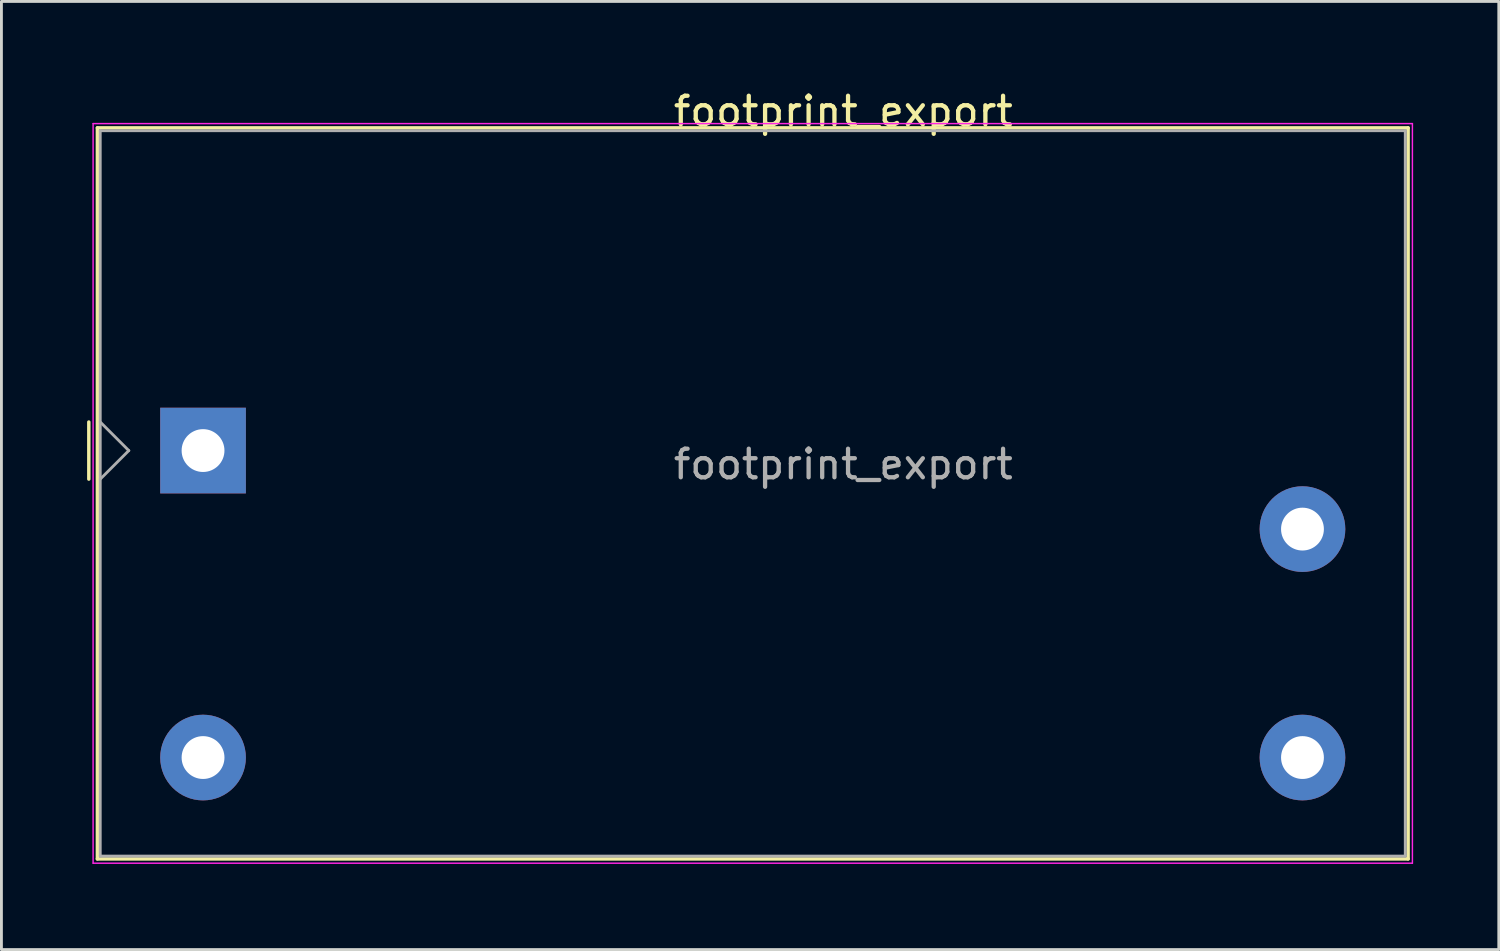
<source format=kicad_pcb>
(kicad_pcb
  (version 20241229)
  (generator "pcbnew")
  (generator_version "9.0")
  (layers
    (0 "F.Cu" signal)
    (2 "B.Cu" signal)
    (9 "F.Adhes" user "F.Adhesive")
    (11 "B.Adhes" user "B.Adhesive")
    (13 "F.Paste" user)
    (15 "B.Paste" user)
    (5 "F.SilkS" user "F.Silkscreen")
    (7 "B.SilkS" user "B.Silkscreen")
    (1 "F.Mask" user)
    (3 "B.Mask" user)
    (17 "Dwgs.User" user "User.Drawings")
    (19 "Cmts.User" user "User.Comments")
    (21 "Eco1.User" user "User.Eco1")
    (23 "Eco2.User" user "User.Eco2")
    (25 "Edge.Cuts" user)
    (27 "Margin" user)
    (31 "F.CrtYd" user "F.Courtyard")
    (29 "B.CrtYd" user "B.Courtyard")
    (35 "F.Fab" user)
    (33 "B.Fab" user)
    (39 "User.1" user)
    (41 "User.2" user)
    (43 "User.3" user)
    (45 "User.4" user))
  (footprint "footprint_export"
    (layer "F.Cu")
    (at 4.06 12.728)
    (property "Reference" "footprint_export" (at 22.42 -11.88 0) (layer "F.SilkS") (effects (font (size 1 1) (thickness 0.15))))
    (attr through_hole)
    (fp_line (start -4 -1) (end -4 1) (stroke (width 0.12) (type solid)) (layer "F.SilkS"))
    (fp_line (start -3.7 -11.3) (end -3.7 14.3) (stroke (width 0.12) (type solid)) (layer "F.SilkS"))
    (fp_line (start -3.7 -11.3) (end 42.2 -11.3) (stroke (width 0.12) (type solid)) (layer "F.SilkS"))
    (fp_line (start -3.7 14.3) (end 42.2 14.3) (stroke (width 0.12) (type solid)) (layer "F.SilkS"))
    (fp_line (start 42.2 -11.3) (end 42.2 14.3) (stroke (width 0.12) (type solid)) (layer "F.SilkS"))
    (fp_line (start -3.85 -11.45) (end -3.85 14.45) (stroke (width 0.05) (type solid)) (layer "F.CrtYd"))
    (fp_line (start -3.85 -11.45) (end 42.35 -11.45) (stroke (width 0.05) (type solid)) (layer "F.CrtYd"))
    (fp_line (start -3.85 14.45) (end 42.35 14.45) (stroke (width 0.05) (type solid)) (layer "F.CrtYd"))
    (fp_line (start 42.35 -11.45) (end 42.35 14.45) (stroke (width 0.05) (type solid)) (layer "F.CrtYd"))
    (fp_line (start -3.6 -11.2) (end -3.6 14.2) (stroke (width 0.1) (type solid)) (layer "F.Fab"))
    (fp_line (start -3.6 -1) (end -2.6 0) (stroke (width 0.1) (type solid)) (layer "F.Fab"))
    (fp_line (start -3.6 1) (end -2.6 0) (stroke (width 0.1) (type solid)) (layer "F.Fab"))
    (fp_line (start -3.6 14.2) (end 42.1 14.2) (stroke (width 0.1) (type solid)) (layer "F.Fab"))
    (fp_line (start 42.1 -11.2) (end -3.6 -11.2) (stroke (width 0.1) (type solid)) (layer "F.Fab"))
    (fp_line (start 42.1 -11.2) (end 42.1 14.2) (stroke (width 0.1) (type solid)) (layer "F.Fab"))
    (fp_text user "${REFERENCE}" (at 22.42 0.48 0) (layer "F.Fab") (effects (font (size 1 1) (thickness 0.15))))
    (pad "1" thru_hole rect (at 0 0) (size 3 3) (drill 1.5) (layers "*.Cu" "*.Mask"))
    (pad "2" thru_hole circle (at 0 10.75) (size 3 3) (drill 1.5) (layers "*.Cu" "*.Mask"))
    (pad "3" thru_hole circle (at 38.5 10.75) (size 3 3) (drill 1.5) (layers "*.Cu" "*.Mask"))
    (pad "4" thru_hole circle (at 38.5 2.75) (size 3 3) (drill 1.5) (layers "*.Cu" "*.Mask")))
  (gr_rect
    (start -3 -3)
    (end 49.435 30.203)
    (stroke (width 0.1) (type default))
    (fill no)
    (layer "Edge.Cuts")))
</source>
